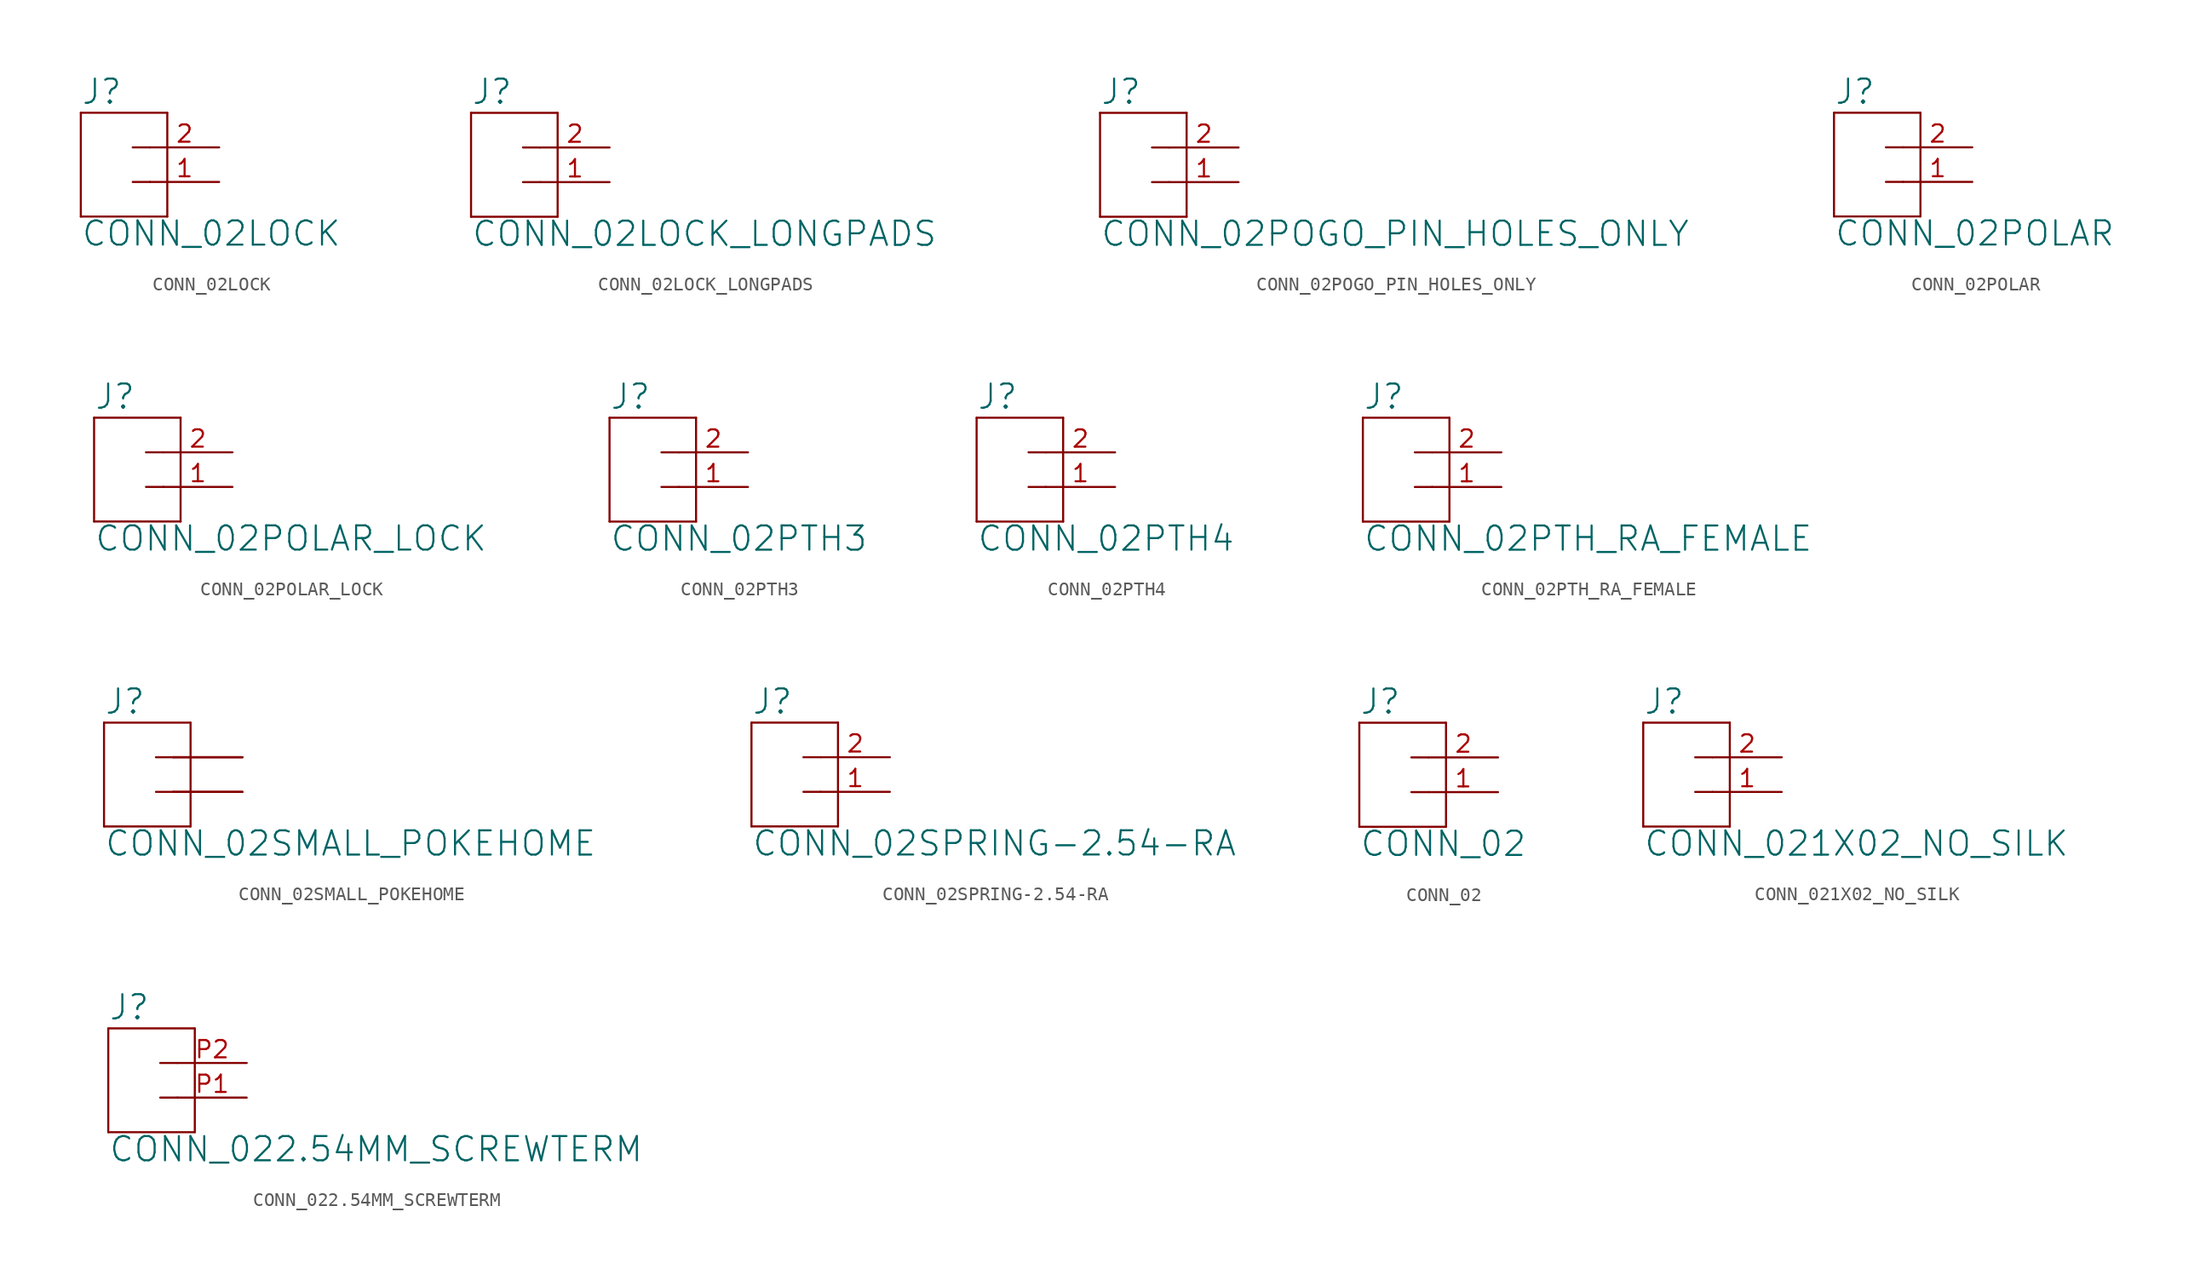
<source format=kicad_sym>
(kicad_symbol_lib
  (version 20211014)
  (generator kicad_symbol_editor)
  (symbol "CONN_02LOCK"
    (pin_names
      (offset 1.016))
    (property "Reference" "J"
      (at -2.54 5.588 0)
      (effects (font (size 1.778 1.778)) (justify left bottom)))
    (property "Value" "CONN_02LOCK"
      (at -2.54 -4.826 0)
      (effects (font (size 1.778 1.778)) (justify left bottom)))
    (property "ki_locked" ""
      (at 0 0 0)
      (effects (font (size 1.27 1.27))))
    (symbol "CONN_02LOCK_1_0"
      (polyline (pts (xy -2.54 5.08) (xy -2.54 -2.54)) (stroke (width 0) (type default) (color 0 0 0 0)) (fill (type none)))
      (polyline (pts (xy -2.54 5.08) (xy 3.81 5.08)) (stroke (width 0) (type default) (color 0 0 0 0)) (fill (type none)))
      (polyline (pts (xy 1.27 0) (xy 2.54 0)) (stroke (width 0) (type default) (color 0 0 0 0)) (fill (type none)))
      (polyline (pts (xy 1.27 2.54) (xy 2.54 2.54)) (stroke (width 0) (type default) (color 0 0 0 0)) (fill (type none)))
      (polyline (pts (xy 3.81 -2.54) (xy -2.54 -2.54)) (stroke (width 0) (type default) (color 0 0 0 0)) (fill (type none)))
      (polyline (pts (xy 3.81 -2.54) (xy 3.81 5.08)) (stroke (width 0) (type default) (color 0 0 0 0)) (fill (type none)))
      (pin passive line (at 7.62 0 180) (length 5.08) (name "1" (effects (font (size 0 0)))) (number "1" (effects (font (size 1.27 1.27)))))
      (pin passive line (at 7.62 2.54 180) (length 5.08) (name "2" (effects (font (size 0 0)))) (number "2" (effects (font (size 1.27 1.27)))))))
  (symbol "CONN_02LOCK_LONGPADS"
    (pin_names
      (offset 1.016))
    (property "Reference" "J"
      (at -2.54 5.588 0)
      (effects (font (size 1.778 1.778)) (justify left bottom)))
    (property "Value" "CONN_02LOCK_LONGPADS"
      (at -2.54 -4.826 0)
      (effects (font (size 1.778 1.778)) (justify left bottom)))
    (property "ki_locked" ""
      (at 0 0 0)
      (effects (font (size 1.27 1.27))))
    (symbol "CONN_02LOCK_LONGPADS_1_0"
      (polyline (pts (xy -2.54 5.08) (xy -2.54 -2.54)) (stroke (width 0) (type default) (color 0 0 0 0)) (fill (type none)))
      (polyline (pts (xy -2.54 5.08) (xy 3.81 5.08)) (stroke (width 0) (type default) (color 0 0 0 0)) (fill (type none)))
      (polyline (pts (xy 1.27 0) (xy 2.54 0)) (stroke (width 0) (type default) (color 0 0 0 0)) (fill (type none)))
      (polyline (pts (xy 1.27 2.54) (xy 2.54 2.54)) (stroke (width 0) (type default) (color 0 0 0 0)) (fill (type none)))
      (polyline (pts (xy 3.81 -2.54) (xy -2.54 -2.54)) (stroke (width 0) (type default) (color 0 0 0 0)) (fill (type none)))
      (polyline (pts (xy 3.81 -2.54) (xy 3.81 5.08)) (stroke (width 0) (type default) (color 0 0 0 0)) (fill (type none)))
      (pin passive line (at 7.62 0 180) (length 5.08) (name "1" (effects (font (size 0 0)))) (number "1" (effects (font (size 1.27 1.27)))))
      (pin passive line (at 7.62 2.54 180) (length 5.08) (name "2" (effects (font (size 0 0)))) (number "2" (effects (font (size 1.27 1.27)))))))
  (symbol "CONN_02POGO_PIN_HOLES_ONLY"
    (pin_names
      (offset 1.016))
    (property "Reference" "J"
      (at -2.54 5.588 0)
      (effects (font (size 1.778 1.778)) (justify left bottom)))
    (property "Value" "CONN_02POGO_PIN_HOLES_ONLY"
      (at -2.54 -4.826 0)
      (effects (font (size 1.778 1.778)) (justify left bottom)))
    (property "ki_locked" ""
      (at 0 0 0)
      (effects (font (size 1.27 1.27))))
    (symbol "CONN_02POGO_PIN_HOLES_ONLY_1_0"
      (polyline (pts (xy -2.54 5.08) (xy -2.54 -2.54)) (stroke (width 0) (type default) (color 0 0 0 0)) (fill (type none)))
      (polyline (pts (xy -2.54 5.08) (xy 3.81 5.08)) (stroke (width 0) (type default) (color 0 0 0 0)) (fill (type none)))
      (polyline (pts (xy 1.27 0) (xy 2.54 0)) (stroke (width 0) (type default) (color 0 0 0 0)) (fill (type none)))
      (polyline (pts (xy 1.27 2.54) (xy 2.54 2.54)) (stroke (width 0) (type default) (color 0 0 0 0)) (fill (type none)))
      (polyline (pts (xy 3.81 -2.54) (xy -2.54 -2.54)) (stroke (width 0) (type default) (color 0 0 0 0)) (fill (type none)))
      (polyline (pts (xy 3.81 -2.54) (xy 3.81 5.08)) (stroke (width 0) (type default) (color 0 0 0 0)) (fill (type none)))
      (pin passive line (at 7.62 0 180) (length 5.08) (name "1" (effects (font (size 0 0)))) (number "1" (effects (font (size 1.27 1.27)))))
      (pin passive line (at 7.62 2.54 180) (length 5.08) (name "2" (effects (font (size 0 0)))) (number "2" (effects (font (size 1.27 1.27)))))))
  (symbol "CONN_02POLAR"
    (pin_names
      (offset 1.016))
    (property "Reference" "J"
      (at -2.54 5.588 0)
      (effects (font (size 1.778 1.778)) (justify left bottom)))
    (property "Value" "CONN_02POLAR"
      (at -2.54 -4.826 0)
      (effects (font (size 1.778 1.778)) (justify left bottom)))
    (property "ki_locked" ""
      (at 0 0 0)
      (effects (font (size 1.27 1.27))))
    (symbol "CONN_02POLAR_1_0"
      (polyline (pts (xy -2.54 5.08) (xy -2.54 -2.54)) (stroke (width 0) (type default) (color 0 0 0 0)) (fill (type none)))
      (polyline (pts (xy -2.54 5.08) (xy 3.81 5.08)) (stroke (width 0) (type default) (color 0 0 0 0)) (fill (type none)))
      (polyline (pts (xy 1.27 0) (xy 2.54 0)) (stroke (width 0) (type default) (color 0 0 0 0)) (fill (type none)))
      (polyline (pts (xy 1.27 2.54) (xy 2.54 2.54)) (stroke (width 0) (type default) (color 0 0 0 0)) (fill (type none)))
      (polyline (pts (xy 3.81 -2.54) (xy -2.54 -2.54)) (stroke (width 0) (type default) (color 0 0 0 0)) (fill (type none)))
      (polyline (pts (xy 3.81 -2.54) (xy 3.81 5.08)) (stroke (width 0) (type default) (color 0 0 0 0)) (fill (type none)))
      (pin passive line (at 7.62 0 180) (length 5.08) (name "1" (effects (font (size 0 0)))) (number "1" (effects (font (size 1.27 1.27)))))
      (pin passive line (at 7.62 2.54 180) (length 5.08) (name "2" (effects (font (size 0 0)))) (number "2" (effects (font (size 1.27 1.27)))))))
  (symbol "CONN_02POLAR_LOCK"
    (pin_names
      (offset 1.016))
    (property "Reference" "J"
      (at -2.54 5.588 0)
      (effects (font (size 1.778 1.778)) (justify left bottom)))
    (property "Value" "CONN_02POLAR_LOCK"
      (at -2.54 -4.826 0)
      (effects (font (size 1.778 1.778)) (justify left bottom)))
    (property "ki_locked" ""
      (at 0 0 0)
      (effects (font (size 1.27 1.27))))
    (symbol "CONN_02POLAR_LOCK_1_0"
      (polyline (pts (xy -2.54 5.08) (xy -2.54 -2.54)) (stroke (width 0) (type default) (color 0 0 0 0)) (fill (type none)))
      (polyline (pts (xy -2.54 5.08) (xy 3.81 5.08)) (stroke (width 0) (type default) (color 0 0 0 0)) (fill (type none)))
      (polyline (pts (xy 1.27 0) (xy 2.54 0)) (stroke (width 0) (type default) (color 0 0 0 0)) (fill (type none)))
      (polyline (pts (xy 1.27 2.54) (xy 2.54 2.54)) (stroke (width 0) (type default) (color 0 0 0 0)) (fill (type none)))
      (polyline (pts (xy 3.81 -2.54) (xy -2.54 -2.54)) (stroke (width 0) (type default) (color 0 0 0 0)) (fill (type none)))
      (polyline (pts (xy 3.81 -2.54) (xy 3.81 5.08)) (stroke (width 0) (type default) (color 0 0 0 0)) (fill (type none)))
      (pin passive line (at 7.62 0 180) (length 5.08) (name "1" (effects (font (size 0 0)))) (number "1" (effects (font (size 1.27 1.27)))))
      (pin passive line (at 7.62 2.54 180) (length 5.08) (name "2" (effects (font (size 0 0)))) (number "2" (effects (font (size 1.27 1.27)))))))
  (symbol "CONN_02PTH3"
    (pin_names
      (offset 1.016))
    (property "Reference" "J"
      (at -2.54 5.588 0)
      (effects (font (size 1.778 1.778)) (justify left bottom)))
    (property "Value" "CONN_02PTH3"
      (at -2.54 -4.826 0)
      (effects (font (size 1.778 1.778)) (justify left bottom)))
    (property "ki_locked" ""
      (at 0 0 0)
      (effects (font (size 1.27 1.27))))
    (symbol "CONN_02PTH3_1_0"
      (polyline (pts (xy -2.54 5.08) (xy -2.54 -2.54)) (stroke (width 0) (type default) (color 0 0 0 0)) (fill (type none)))
      (polyline (pts (xy -2.54 5.08) (xy 3.81 5.08)) (stroke (width 0) (type default) (color 0 0 0 0)) (fill (type none)))
      (polyline (pts (xy 1.27 0) (xy 2.54 0)) (stroke (width 0) (type default) (color 0 0 0 0)) (fill (type none)))
      (polyline (pts (xy 1.27 2.54) (xy 2.54 2.54)) (stroke (width 0) (type default) (color 0 0 0 0)) (fill (type none)))
      (polyline (pts (xy 3.81 -2.54) (xy -2.54 -2.54)) (stroke (width 0) (type default) (color 0 0 0 0)) (fill (type none)))
      (polyline (pts (xy 3.81 -2.54) (xy 3.81 5.08)) (stroke (width 0) (type default) (color 0 0 0 0)) (fill (type none)))
      (pin passive line (at 7.62 0 180) (length 5.08) (name "1" (effects (font (size 0 0)))) (number "1" (effects (font (size 1.27 1.27)))))
      (pin passive line (at 7.62 2.54 180) (length 5.08) (name "2" (effects (font (size 0 0)))) (number "2" (effects (font (size 1.27 1.27)))))))
  (symbol "CONN_02PTH4"
    (pin_names
      (offset 1.016))
    (property "Reference" "J"
      (at -2.54 5.588 0)
      (effects (font (size 1.778 1.778)) (justify left bottom)))
    (property "Value" "CONN_02PTH4"
      (at -2.54 -4.826 0)
      (effects (font (size 1.778 1.778)) (justify left bottom)))
    (property "ki_locked" ""
      (at 0 0 0)
      (effects (font (size 1.27 1.27))))
    (symbol "CONN_02PTH4_1_0"
      (polyline (pts (xy -2.54 5.08) (xy -2.54 -2.54)) (stroke (width 0) (type default) (color 0 0 0 0)) (fill (type none)))
      (polyline (pts (xy -2.54 5.08) (xy 3.81 5.08)) (stroke (width 0) (type default) (color 0 0 0 0)) (fill (type none)))
      (polyline (pts (xy 1.27 0) (xy 2.54 0)) (stroke (width 0) (type default) (color 0 0 0 0)) (fill (type none)))
      (polyline (pts (xy 1.27 2.54) (xy 2.54 2.54)) (stroke (width 0) (type default) (color 0 0 0 0)) (fill (type none)))
      (polyline (pts (xy 3.81 -2.54) (xy -2.54 -2.54)) (stroke (width 0) (type default) (color 0 0 0 0)) (fill (type none)))
      (polyline (pts (xy 3.81 -2.54) (xy 3.81 5.08)) (stroke (width 0) (type default) (color 0 0 0 0)) (fill (type none)))
      (pin passive line (at 7.62 0 180) (length 5.08) (name "1" (effects (font (size 0 0)))) (number "1" (effects (font (size 1.27 1.27)))))
      (pin passive line (at 7.62 2.54 180) (length 5.08) (name "2" (effects (font (size 0 0)))) (number "2" (effects (font (size 1.27 1.27)))))))
  (symbol "CONN_02PTH_RA_FEMALE"
    (pin_names
      (offset 1.016))
    (property "Reference" "J"
      (at -2.54 5.588 0)
      (effects (font (size 1.778 1.778)) (justify left bottom)))
    (property "Value" "CONN_02PTH_RA_FEMALE"
      (at -2.54 -4.826 0)
      (effects (font (size 1.778 1.778)) (justify left bottom)))
    (property "ki_locked" ""
      (at 0 0 0)
      (effects (font (size 1.27 1.27))))
    (symbol "CONN_02PTH_RA_FEMALE_1_0"
      (polyline (pts (xy -2.54 5.08) (xy -2.54 -2.54)) (stroke (width 0) (type default) (color 0 0 0 0)) (fill (type none)))
      (polyline (pts (xy -2.54 5.08) (xy 3.81 5.08)) (stroke (width 0) (type default) (color 0 0 0 0)) (fill (type none)))
      (polyline (pts (xy 1.27 0) (xy 2.54 0)) (stroke (width 0) (type default) (color 0 0 0 0)) (fill (type none)))
      (polyline (pts (xy 1.27 2.54) (xy 2.54 2.54)) (stroke (width 0) (type default) (color 0 0 0 0)) (fill (type none)))
      (polyline (pts (xy 3.81 -2.54) (xy -2.54 -2.54)) (stroke (width 0) (type default) (color 0 0 0 0)) (fill (type none)))
      (polyline (pts (xy 3.81 -2.54) (xy 3.81 5.08)) (stroke (width 0) (type default) (color 0 0 0 0)) (fill (type none)))
      (pin passive line (at 7.62 0 180) (length 5.08) (name "1" (effects (font (size 0 0)))) (number "1" (effects (font (size 1.27 1.27)))))
      (pin passive line (at 7.62 2.54 180) (length 5.08) (name "2" (effects (font (size 0 0)))) (number "2" (effects (font (size 1.27 1.27)))))))
  (symbol "CONN_02SMALL_POKEHOME"
    (pin_names
      (offset 1.016))
    (property "Reference" "J"
      (at -2.54 5.588 0)
      (effects (font (size 1.778 1.778)) (justify left bottom)))
    (property "Value" "CONN_02SMALL_POKEHOME"
      (at -2.54 -4.826 0)
      (effects (font (size 1.778 1.778)) (justify left bottom)))
    (property "ki_locked" ""
      (at 0 0 0)
      (effects (font (size 1.27 1.27))))
    (symbol "CONN_02SMALL_POKEHOME_1_0"
      (polyline (pts (xy -2.54 5.08) (xy -2.54 -2.54)) (stroke (width 0) (type default) (color 0 0 0 0)) (fill (type none)))
      (polyline (pts (xy -2.54 5.08) (xy 3.81 5.08)) (stroke (width 0) (type default) (color 0 0 0 0)) (fill (type none)))
      (polyline (pts (xy 1.27 0) (xy 2.54 0)) (stroke (width 0) (type default) (color 0 0 0 0)) (fill (type none)))
      (polyline (pts (xy 1.27 2.54) (xy 2.54 2.54)) (stroke (width 0) (type default) (color 0 0 0 0)) (fill (type none)))
      (polyline (pts (xy 3.81 -2.54) (xy -2.54 -2.54)) (stroke (width 0) (type default) (color 0 0 0 0)) (fill (type none)))
      (polyline (pts (xy 3.81 -2.54) (xy 3.81 5.08)) (stroke (width 0) (type default) (color 0 0 0 0)) (fill (type none)))
      (pin passive line (at 7.62 0 180) (length 5.08) (name "1" (effects (font (size 0 0)))) (number "P1" (effects (font (size 0 0)))))
      (pin passive line (at 7.62 2.54 180) (length 5.08) (name "2" (effects (font (size 0 0)))) (number "P2" (effects (font (size 0 0)))))
      (pin passive line (at 7.62 0 180) (length 5.08) (name "1" (effects (font (size 0 0)))) (number "P3" (effects (font (size 0 0)))))
      (pin passive line (at 7.62 2.54 180) (length 5.08) (name "2" (effects (font (size 0 0)))) (number "P4" (effects (font (size 0 0)))))))
  (symbol "CONN_02SPRING-2.54-RA"
    (pin_names
      (offset 1.016))
    (property "Reference" "J"
      (at -2.54 5.588 0)
      (effects (font (size 1.778 1.778)) (justify left bottom)))
    (property "Value" "CONN_02SPRING-2.54-RA"
      (at -2.54 -4.826 0)
      (effects (font (size 1.778 1.778)) (justify left bottom)))
    (property "ki_locked" ""
      (at 0 0 0)
      (effects (font (size 1.27 1.27))))
    (symbol "CONN_02SPRING-2.54-RA_1_0"
      (polyline (pts (xy -2.54 5.08) (xy -2.54 -2.54)) (stroke (width 0) (type default) (color 0 0 0 0)) (fill (type none)))
      (polyline (pts (xy -2.54 5.08) (xy 3.81 5.08)) (stroke (width 0) (type default) (color 0 0 0 0)) (fill (type none)))
      (polyline (pts (xy 1.27 0) (xy 2.54 0)) (stroke (width 0) (type default) (color 0 0 0 0)) (fill (type none)))
      (polyline (pts (xy 1.27 2.54) (xy 2.54 2.54)) (stroke (width 0) (type default) (color 0 0 0 0)) (fill (type none)))
      (polyline (pts (xy 3.81 -2.54) (xy -2.54 -2.54)) (stroke (width 0) (type default) (color 0 0 0 0)) (fill (type none)))
      (polyline (pts (xy 3.81 -2.54) (xy 3.81 5.08)) (stroke (width 0) (type default) (color 0 0 0 0)) (fill (type none)))
      (pin passive line (at 7.62 0 180) (length 5.08) (name "1" (effects (font (size 0 0)))) (number "1" (effects (font (size 1.27 1.27)))))
      (pin passive line (at 7.62 2.54 180) (length 5.08) (name "2" (effects (font (size 0 0)))) (number "2" (effects (font (size 1.27 1.27)))))))
  (symbol "CONN_02"
    (pin_names
      (offset 1.016))
    (property "Reference" "J"
      (at -2.54 5.588 0)
      (effects (font (size 1.778 1.778)) (justify left bottom)))
    (property "Value" "CONN_02"
      (at -2.54 -4.826 0)
      (effects (font (size 1.778 1.778)) (justify left bottom)))
    (property "ki_locked" ""
      (at 0 0 0)
      (effects (font (size 1.27 1.27))))
    (symbol "CONN_02_1_0"
      (polyline (pts (xy -2.54 5.08) (xy -2.54 -2.54)) (stroke (width 0) (type default) (color 0 0 0 0)) (fill (type none)))
      (polyline (pts (xy -2.54 5.08) (xy 3.81 5.08)) (stroke (width 0) (type default) (color 0 0 0 0)) (fill (type none)))
      (polyline (pts (xy 1.27 0) (xy 2.54 0)) (stroke (width 0) (type default) (color 0 0 0 0)) (fill (type none)))
      (polyline (pts (xy 1.27 2.54) (xy 2.54 2.54)) (stroke (width 0) (type default) (color 0 0 0 0)) (fill (type none)))
      (polyline (pts (xy 3.81 -2.54) (xy -2.54 -2.54)) (stroke (width 0) (type default) (color 0 0 0 0)) (fill (type none)))
      (polyline (pts (xy 3.81 -2.54) (xy 3.81 5.08)) (stroke (width 0) (type default) (color 0 0 0 0)) (fill (type none)))
      (pin passive line (at 7.62 0 180) (length 5.08) (name "1" (effects (font (size 0 0)))) (number "1" (effects (font (size 1.27 1.27)))))
      (pin passive line (at 7.62 2.54 180) (length 5.08) (name "2" (effects (font (size 0 0)))) (number "2" (effects (font (size 1.27 1.27)))))))
  (symbol "CONN_021X02_NO_SILK"
    (pin_names
      (offset 1.016))
    (property "Reference" "J"
      (at -2.54 5.588 0)
      (effects (font (size 1.778 1.778)) (justify left bottom)))
    (property "Value" "CONN_021X02_NO_SILK"
      (at -2.54 -4.826 0)
      (effects (font (size 1.778 1.778)) (justify left bottom)))
    (property "ki_locked" ""
      (at 0 0 0)
      (effects (font (size 1.27 1.27))))
    (symbol "CONN_021X02_NO_SILK_1_0"
      (polyline (pts (xy -2.54 5.08) (xy -2.54 -2.54)) (stroke (width 0) (type default) (color 0 0 0 0)) (fill (type none)))
      (polyline (pts (xy -2.54 5.08) (xy 3.81 5.08)) (stroke (width 0) (type default) (color 0 0 0 0)) (fill (type none)))
      (polyline (pts (xy 1.27 0) (xy 2.54 0)) (stroke (width 0) (type default) (color 0 0 0 0)) (fill (type none)))
      (polyline (pts (xy 1.27 2.54) (xy 2.54 2.54)) (stroke (width 0) (type default) (color 0 0 0 0)) (fill (type none)))
      (polyline (pts (xy 3.81 -2.54) (xy -2.54 -2.54)) (stroke (width 0) (type default) (color 0 0 0 0)) (fill (type none)))
      (polyline (pts (xy 3.81 -2.54) (xy 3.81 5.08)) (stroke (width 0) (type default) (color 0 0 0 0)) (fill (type none)))
      (pin passive line (at 7.62 0 180) (length 5.08) (name "1" (effects (font (size 0 0)))) (number "1" (effects (font (size 1.27 1.27)))))
      (pin passive line (at 7.62 2.54 180) (length 5.08) (name "2" (effects (font (size 0 0)))) (number "2" (effects (font (size 1.27 1.27)))))))
  (symbol "CONN_022.54MM_SCREWTERM"
    (pin_names
      (offset 1.016))
    (property "Reference" "J"
      (at -2.54 5.588 0)
      (effects (font (size 1.778 1.778)) (justify left bottom)))
    (property "Value" "CONN_022.54MM_SCREWTERM"
      (at -2.54 -4.826 0)
      (effects (font (size 1.778 1.778)) (justify left bottom)))
    (property "ki_locked" ""
      (at 0 0 0)
      (effects (font (size 1.27 1.27))))
    (symbol "CONN_022.54MM_SCREWTERM_1_0"
      (polyline (pts (xy -2.54 5.08) (xy -2.54 -2.54)) (stroke (width 0) (type default) (color 0 0 0 0)) (fill (type none)))
      (polyline (pts (xy -2.54 5.08) (xy 3.81 5.08)) (stroke (width 0) (type default) (color 0 0 0 0)) (fill (type none)))
      (polyline (pts (xy 1.27 0) (xy 2.54 0)) (stroke (width 0) (type default) (color 0 0 0 0)) (fill (type none)))
      (polyline (pts (xy 1.27 2.54) (xy 2.54 2.54)) (stroke (width 0) (type default) (color 0 0 0 0)) (fill (type none)))
      (polyline (pts (xy 3.81 -2.54) (xy -2.54 -2.54)) (stroke (width 0) (type default) (color 0 0 0 0)) (fill (type none)))
      (polyline (pts (xy 3.81 -2.54) (xy 3.81 5.08)) (stroke (width 0) (type default) (color 0 0 0 0)) (fill (type none)))
      (pin passive line (at 7.62 0 180) (length 5.08) (name "1" (effects (font (size 0 0)))) (number "P1" (effects (font (size 1.27 1.27)))))
      (pin passive line (at 7.62 2.54 180) (length 5.08) (name "2" (effects (font (size 0 0)))) (number "P2" (effects (font (size 1.27 1.27))))))))
</source>
